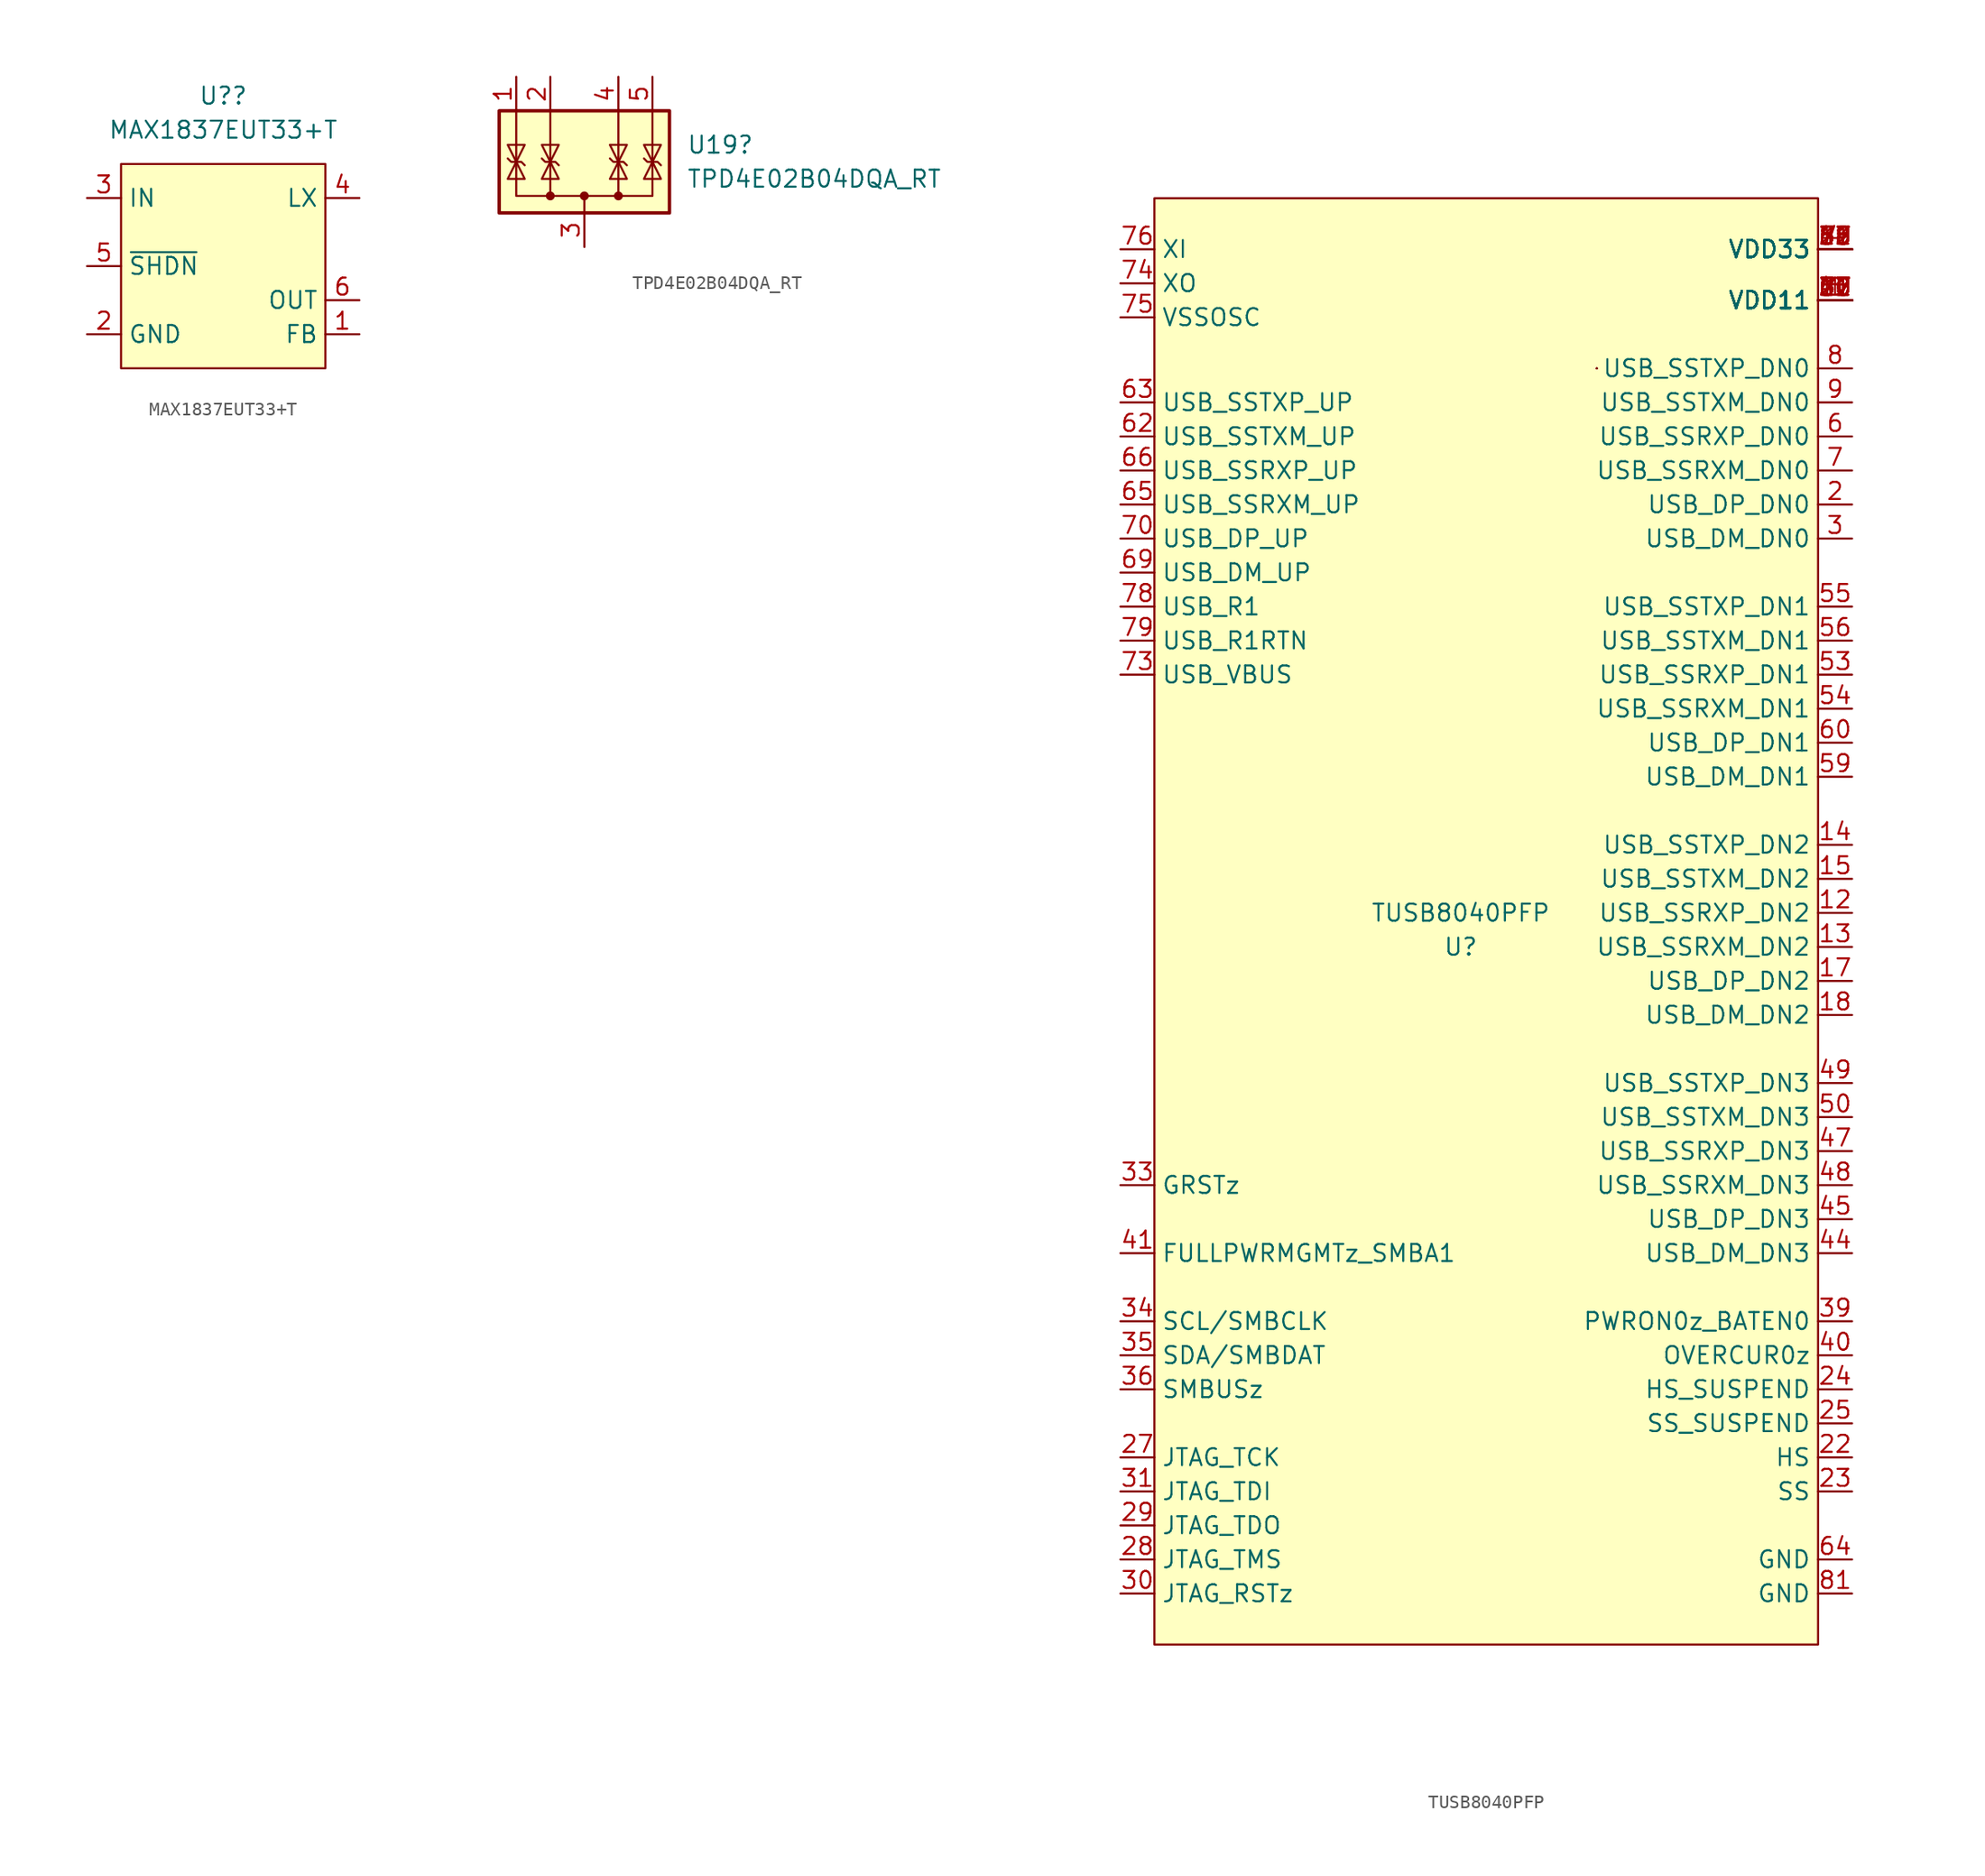
<source format=kicad_sym>
(kicad_symbol_lib
  (version 20211014)
  (generator kicad_symbol_editor)
  (symbol "MAX1837EUT33+T"
    (property "Reference" "U?"
      (at 0 12.7 0)
      (effects (font (size 1.27 1.27))))
    (property "Value" "MAX1837EUT33+T"
      (at 0 10.16 0)
      (effects (font (size 1.27 1.27))))
    (symbol "MAX1837EUT33+T_0_1"
      (rectangle (start -7.62 7.62) (end 7.62 -7.62) (stroke (width 0) (type default) (color 0 0 0 0)) (fill (type background))))
    (symbol "MAX1837EUT33+T_1_1"
      (pin input line (at 10.16 -5.08 180) (length 2.54) (name "FB" (effects (font (size 1.27 1.27)))) (number "1" (effects (font (size 1.27 1.27)))))
      (pin power_in line (at -10.16 -5.08 0) (length 2.54) (name "GND" (effects (font (size 1.27 1.27)))) (number "2" (effects (font (size 1.27 1.27)))))
      (pin power_in line (at -10.16 5.08 0) (length 2.54) (name "IN" (effects (font (size 1.27 1.27)))) (number "3" (effects (font (size 1.27 1.27)))))
      (pin output line (at 10.16 5.08 180) (length 2.54) (name "LX" (effects (font (size 1.27 1.27)))) (number "4" (effects (font (size 1.27 1.27)))))
      (pin input line (at -10.16 0 0) (length 2.54) (name "~{SHDN}" (effects (font (size 1.27 1.27)))) (number "5" (effects (font (size 1.27 1.27)))))
      (pin power_out line (at 10.16 -2.54 180) (length 2.54) (name "OUT" (effects (font (size 1.27 1.27)))) (number "6" (effects (font (size 1.27 1.27)))))))
  (symbol "TPD4E02B04DQA_RT"
    (pin_names hide)
    (property "Reference" "U19"
      (at 7.62 2.54 0)
      (effects (font (size 1.27 1.27)) (justify left)))
    (property "Value" "TPD4E02B04DQA_RT"
      (at 7.62 0.0001 0)
      (effects (font (size 1.27 1.27)) (justify left)))
    (symbol "TPD4E02B04DQA_RT_0_0"
      (pin passive line (at 0 -5.08 90) (length 2.54) (name "G" (effects (font (size 1.27 1.27)))) (number "3" (effects (font (size 1.27 1.27))))))
    (symbol "TPD4E02B04DQA_RT_0_1"
      (rectangle (start -6.35 5.08) (end 6.35 -2.54) (stroke (width 0.254) (type default) (color 0 0 0 0)) (fill (type background)))
      (circle (center 0 -1.27) (radius 0.254) (stroke (width 0) (type default) (color 0 0 0 0)) (fill (type outline)))
      (polyline (pts (xy -2.54 5.08) (xy -2.54 -1.27)) (stroke (width 0) (type default) (color 0 0 0 0)) (fill (type none)))
      (polyline (pts (xy 0 -1.27) (xy 0 -2.54)) (stroke (width 0) (type default) (color 0 0 0 0)) (fill (type none)))
      (polyline (pts (xy 2.54 5.08) (xy 2.54 -1.27)) (stroke (width 0) (type default) (color 0 0 0 0)) (fill (type none)))
      (polyline (pts (xy -5.08 5.08) (xy -5.08 -1.27) (xy 5.08 -1.27) (xy 5.08 5.08)) (stroke (width 0) (type default) (color 0 0 0 0)) (fill (type none)))
      (polyline (pts (xy -4.445 0) (xy -5.715 0) (xy -5.08 1.27) (xy -4.445 0)) (stroke (width 0) (type default) (color 0 0 0 0)) (fill (type none)))
      (polyline (pts (xy -3.175 1.524) (xy -2.921 1.27) (xy -2.159 1.27) (xy -1.905 1.016)) (stroke (width 0) (type default) (color 0 0 0 0)) (fill (type none)))
      (polyline (pts (xy -2.54 1.27) (xy -1.905 0) (xy -3.175 0) (xy -2.54 1.27)) (stroke (width 0) (type default) (color 0 0 0 0)) (fill (type none)))
      (polyline (pts (xy 2.54 1.27) (xy 1.905 0) (xy 3.175 0) (xy 2.54 1.27)) (stroke (width 0) (type default) (color 0 0 0 0)) (fill (type none)))
      (polyline (pts (xy 5.08 1.27) (xy 4.445 0) (xy 5.715 0) (xy 5.08 1.27)) (stroke (width 0) (type default) (color 0 0 0 0)) (fill (type none)))
      (circle (center 2.54 -1.27) (radius 0.254) (stroke (width 0) (type default) (color 0 0 0 0)) (fill (type outline))))
    (symbol "TPD4E02B04DQA_RT_1_1"
      (circle (center -2.54 -1.27) (radius 0.254) (stroke (width 0) (type default) (color 0 0 0 0)) (fill (type outline)))
      (polyline (pts (xy -5.715 1.524) (xy -5.461 1.27) (xy -4.699 1.27) (xy -4.445 1.016)) (stroke (width 0) (type default) (color 0 0 0 0)) (fill (type none)))
      (polyline (pts (xy -5.08 1.27) (xy -5.715 2.54) (xy -4.445 2.54) (xy -5.08 1.27)) (stroke (width 0) (type default) (color 0 0 0 0)) (fill (type none)))
      (polyline (pts (xy -2.54 1.27) (xy -3.175 2.54) (xy -1.905 2.54) (xy -2.54 1.27)) (stroke (width 0) (type default) (color 0 0 0 0)) (fill (type none)))
      (polyline (pts (xy 1.905 1.524) (xy 2.159 1.27) (xy 2.921 1.27) (xy 3.175 1.016)) (stroke (width 0) (type default) (color 0 0 0 0)) (fill (type none)))
      (polyline (pts (xy 2.54 1.27) (xy 1.905 2.54) (xy 3.175 2.54) (xy 2.54 1.27)) (stroke (width 0) (type default) (color 0 0 0 0)) (fill (type none)))
      (polyline (pts (xy 4.445 1.524) (xy 4.699 1.27) (xy 5.461 1.27) (xy 5.715 1.016)) (stroke (width 0) (type default) (color 0 0 0 0)) (fill (type none)))
      (polyline (pts (xy 5.08 1.27) (xy 4.445 2.54) (xy 5.715 2.54) (xy 5.08 1.27)) (stroke (width 0) (type default) (color 0 0 0 0)) (fill (type none)))
      (pin passive line (at -5.08 7.62 270) (length 2.54) (name "IO1" (effects (font (size 1.27 1.27)))) (number "1" (effects (font (size 1.27 1.27)))))
      (pin passive line (at -5.08 7.62 270) (length 2.54) hide (name "IO1" (effects (font (size 1.27 1.27)))) (number "10" (effects (font (size 1.27 1.27)))))
      (pin passive line (at -2.54 7.62 270) (length 2.54) (name "IO2" (effects (font (size 1.27 1.27)))) (number "2" (effects (font (size 1.27 1.27)))))
      (pin passive line (at 2.54 7.62 270) (length 2.54) (name "IO3" (effects (font (size 1.27 1.27)))) (number "4" (effects (font (size 1.27 1.27)))))
      (pin passive line (at 5.08 7.62 270) (length 2.54) (name "IO4" (effects (font (size 1.27 1.27)))) (number "5" (effects (font (size 1.27 1.27)))))
      (pin passive line (at 5.08 7.62 270) (length 2.54) hide (name "IO4" (effects (font (size 1.27 1.27)))) (number "6" (effects (font (size 1.27 1.27)))) (alternate "" input line))
      (pin passive line (at 2.54 7.62 270) (length 2.54) hide (name "IO3" (effects (font (size 1.27 1.27)))) (number "7" (effects (font (size 1.27 1.27)))) (alternate "" input line))
      (pin passive line (at 0 -5.08 90) (length 2.54) hide (name "G" (effects (font (size 1.27 1.27)))) (number "8" (effects (font (size 1.27 1.27)))))
      (pin passive line (at -2.54 7.62 270) (length 2.54) hide (name "IO2" (effects (font (size 1.27 1.27)))) (number "9" (effects (font (size 1.27 1.27)))))))
  (symbol "TUSB8040PFP"
    (property "Reference" "U"
      (at -1.27 -2.54 0)
      (effects (font (size 1.27 1.27))))
    (property "Value" "TUSB8040PFP"
      (at -1.27 0 0)
      (effects (font (size 1.27 1.27))))
    (symbol "TUSB8040PFP_0_1"
      (rectangle (start -24.13 53.34) (end 25.4 -54.61) (stroke (width 0) (type default) (color 0 0 0 0)) (fill (type background)))
      (rectangle (start 8.89 40.64) (end 8.89 40.64) (stroke (width 0) (type default) (color 0 0 0 0)) (fill (type none)))
      (rectangle (start 8.89 40.64) (end 8.89 40.64) (stroke (width 0) (type default) (color 0 0 0 0)) (fill (type none)))
      (rectangle (start 8.89 40.64) (end 8.89 40.64) (stroke (width 0) (type default) (color 0 0 0 0)) (fill (type none)))
      (rectangle (start 8.89 40.64) (end 8.89 40.64) (stroke (width 0) (type default) (color 0 0 0 0)) (fill (type none))))
    (symbol "TUSB8040PFP_1_1"
      (pin power_in line (at 27.94 45.72 180) (length 2.54) (name "VDD11" (effects (font (size 1.27 1.27)))) (number "1" (effects (font (size 1.27 1.27)))))
      (pin power_in line (at 27.94 45.72 180) (length 2.54) (name "VDD11" (effects (font (size 1.27 1.27)))) (number "10" (effects (font (size 1.27 1.27)))))
      (pin power_in line (at 27.94 45.72 180) (length 2.54) (name "VDD11" (effects (font (size 1.27 1.27)))) (number "11" (effects (font (size 1.27 1.27)))))
      (pin input line (at 27.94 0 180) (length 2.54) (name "USB_SSRXP_DN2" (effects (font (size 1.27 1.27)))) (number "12" (effects (font (size 1.27 1.27)))))
      (pin input line (at 27.94 -2.54 180) (length 2.54) (name "USB_SSRXM_DN2" (effects (font (size 1.27 1.27)))) (number "13" (effects (font (size 1.27 1.27)))))
      (pin output line (at 27.94 5.08 180) (length 2.54) (name "USB_SSTXP_DN2" (effects (font (size 1.27 1.27)))) (number "14" (effects (font (size 1.27 1.27)))))
      (pin output line (at 27.94 2.54 180) (length 2.54) (name "USB_SSTXM_DN2" (effects (font (size 1.27 1.27)))) (number "15" (effects (font (size 1.27 1.27)))))
      (pin power_in line (at 27.94 45.72 180) (length 2.54) (name "VDD11" (effects (font (size 1.27 1.27)))) (number "16" (effects (font (size 1.27 1.27)))))
      (pin bidirectional line (at 27.94 -5.08 180) (length 2.54) (name "USB_DP_DN2" (effects (font (size 1.27 1.27)))) (number "17" (effects (font (size 1.27 1.27)))))
      (pin bidirectional line (at 27.94 -7.62 180) (length 2.54) (name "USB_DM_DN2" (effects (font (size 1.27 1.27)))) (number "18" (effects (font (size 1.27 1.27)))))
      (pin power_in line (at 27.94 49.53 180) (length 2.54) (name "VDD33" (effects (font (size 1.27 1.27)))) (number "19" (effects (font (size 1.27 1.27)))))
      (pin bidirectional line (at 27.94 30.48 180) (length 2.54) (name "USB_DP_DN0" (effects (font (size 1.27 1.27)))) (number "2" (effects (font (size 1.27 1.27)))))
      (pin power_in line (at 27.94 45.72 180) (length 2.54) (name "VDD11" (effects (font (size 1.27 1.27)))) (number "20" (effects (font (size 1.27 1.27)))))
      (pin power_in line (at 27.94 49.53 180) (length 2.54) (name "VDD33" (effects (font (size 1.27 1.27)))) (number "21" (effects (font (size 1.27 1.27)))))
      (pin output line (at 27.94 -40.64 180) (length 2.54) (name "HS" (effects (font (size 1.27 1.27)))) (number "22" (effects (font (size 1.27 1.27)))))
      (pin output line (at 27.94 -43.18 180) (length 2.54) (name "SS" (effects (font (size 1.27 1.27)))) (number "23" (effects (font (size 1.27 1.27)))))
      (pin output line (at 27.94 -35.56 180) (length 2.54) (name "HS_SUSPEND" (effects (font (size 1.27 1.27)))) (number "24" (effects (font (size 1.27 1.27)))))
      (pin output line (at 27.94 -38.1 180) (length 2.54) (name "SS_SUSPEND" (effects (font (size 1.27 1.27)))) (number "25" (effects (font (size 1.27 1.27)))))
      (pin power_in line (at 27.94 45.72 180) (length 2.54) (name "VDD11" (effects (font (size 1.27 1.27)))) (number "26" (effects (font (size 1.27 1.27)))))
      (pin bidirectional line (at -26.67 -40.64 0) (length 2.54) (name "JTAG_TCK" (effects (font (size 1.27 1.27)))) (number "27" (effects (font (size 1.27 1.27)))))
      (pin bidirectional line (at -26.67 -48.26 0) (length 2.54) (name "JTAG_TMS" (effects (font (size 1.27 1.27)))) (number "28" (effects (font (size 1.27 1.27)))))
      (pin bidirectional line (at -26.67 -45.72 0) (length 2.54) (name "JTAG_TDO" (effects (font (size 1.27 1.27)))) (number "29" (effects (font (size 1.27 1.27)))))
      (pin bidirectional line (at 27.94 27.94 180) (length 2.54) (name "USB_DM_DN0" (effects (font (size 1.27 1.27)))) (number "3" (effects (font (size 1.27 1.27)))))
      (pin bidirectional line (at -26.67 -50.8 0) (length 2.54) (name "JTAG_RSTz" (effects (font (size 1.27 1.27)))) (number "30" (effects (font (size 1.27 1.27)))))
      (pin bidirectional line (at -26.67 -43.18 0) (length 2.54) (name "JTAG_TDI" (effects (font (size 1.27 1.27)))) (number "31" (effects (font (size 1.27 1.27)))))
      (pin power_in line (at 27.94 45.72 180) (length 2.54) (name "VDD11" (effects (font (size 1.27 1.27)))) (number "32" (effects (font (size 1.27 1.27)))))
      (pin input line (at -26.67 -20.32 0) (length 2.54) (name "GRSTz" (effects (font (size 1.27 1.27)))) (number "33" (effects (font (size 1.27 1.27)))))
      (pin bidirectional line (at -26.67 -30.48 0) (length 2.54) (name "SCL/SMBCLK" (effects (font (size 1.27 1.27)))) (number "34" (effects (font (size 1.27 1.27)))))
      (pin bidirectional line (at -26.67 -33.02 0) (length 2.54) (name "SDA/SMBDAT" (effects (font (size 1.27 1.27)))) (number "35" (effects (font (size 1.27 1.27)))))
      (pin input line (at -26.67 -35.56 0) (length 2.54) (name "SMBUSz" (effects (font (size 1.27 1.27)))) (number "36" (effects (font (size 1.27 1.27)))))
      (pin power_in line (at 27.94 45.72 180) (length 2.54) (name "VDD11" (effects (font (size 1.27 1.27)))) (number "37" (effects (font (size 1.27 1.27)))))
      (pin power_in line (at 27.94 49.53 180) (length 2.54) (name "VDD33" (effects (font (size 1.27 1.27)))) (number "38" (effects (font (size 1.27 1.27)))))
      (pin bidirectional line (at 27.94 -30.48 180) (length 2.54) (name "PWRON0z_BATEN0" (effects (font (size 1.27 1.27)))) (number "39" (effects (font (size 1.27 1.27)))))
      (pin power_in line (at 27.94 49.53 180) (length 2.54) (name "VDD33" (effects (font (size 1.27 1.27)))) (number "4" (effects (font (size 1.27 1.27)))))
      (pin input line (at 27.94 -33.02 180) (length 2.54) (name "OVERCUR0z" (effects (font (size 1.27 1.27)))) (number "40" (effects (font (size 1.27 1.27)))))
      (pin input line (at -26.67 -25.4 0) (length 2.54) (name "FULLPWRMGMTz_SMBA1" (effects (font (size 1.27 1.27)))) (number "41" (effects (font (size 1.27 1.27)))))
      (pin power_in line (at 27.94 45.72 180) (length 2.54) (name "VDD11" (effects (font (size 1.27 1.27)))) (number "42" (effects (font (size 1.27 1.27)))))
      (pin power_in line (at 27.94 49.53 180) (length 2.54) (name "VDD33" (effects (font (size 1.27 1.27)))) (number "43" (effects (font (size 1.27 1.27)))))
      (pin bidirectional line (at 27.94 -25.4 180) (length 2.54) (name "USB_DM_DN3" (effects (font (size 1.27 1.27)))) (number "44" (effects (font (size 1.27 1.27)))))
      (pin bidirectional line (at 27.94 -22.86 180) (length 2.54) (name "USB_DP_DN3" (effects (font (size 1.27 1.27)))) (number "45" (effects (font (size 1.27 1.27)))))
      (pin power_in line (at 27.94 45.72 180) (length 2.54) (name "VDD11" (effects (font (size 1.27 1.27)))) (number "46" (effects (font (size 1.27 1.27)))))
      (pin input line (at 27.94 -17.78 180) (length 2.54) (name "USB_SSRXP_DN3" (effects (font (size 1.27 1.27)))) (number "47" (effects (font (size 1.27 1.27)))))
      (pin input line (at 27.94 -20.32 180) (length 2.54) (name "USB_SSRXM_DN3" (effects (font (size 1.27 1.27)))) (number "48" (effects (font (size 1.27 1.27)))))
      (pin output line (at 27.94 -12.7 180) (length 2.54) (name "USB_SSTXP_DN3" (effects (font (size 1.27 1.27)))) (number "49" (effects (font (size 1.27 1.27)))))
      (pin power_in line (at 27.94 45.72 180) (length 2.54) (name "VDD11" (effects (font (size 1.27 1.27)))) (number "5" (effects (font (size 1.27 1.27)))))
      (pin output line (at 27.94 -15.24 180) (length 2.54) (name "USB_SSTXM_DN3" (effects (font (size 1.27 1.27)))) (number "50" (effects (font (size 1.27 1.27)))))
      (pin power_in line (at 27.94 45.72 180) (length 2.54) (name "VDD11" (effects (font (size 1.27 1.27)))) (number "51" (effects (font (size 1.27 1.27)))))
      (pin power_in line (at 27.94 45.72 180) (length 2.54) (name "VDD11" (effects (font (size 1.27 1.27)))) (number "52" (effects (font (size 1.27 1.27)))))
      (pin input line (at 27.94 17.78 180) (length 2.54) (name "USB_SSRXP_DN1" (effects (font (size 1.27 1.27)))) (number "53" (effects (font (size 1.27 1.27)))))
      (pin input line (at 27.94 15.24 180) (length 2.54) (name "USB_SSRXM_DN1" (effects (font (size 1.27 1.27)))) (number "54" (effects (font (size 1.27 1.27)))))
      (pin output line (at 27.94 22.86 180) (length 2.54) (name "USB_SSTXP_DN1" (effects (font (size 1.27 1.27)))) (number "55" (effects (font (size 1.27 1.27)))))
      (pin output line (at 27.94 20.32 180) (length 2.54) (name "USB_SSTXM_DN1" (effects (font (size 1.27 1.27)))) (number "56" (effects (font (size 1.27 1.27)))))
      (pin power_in line (at 27.94 45.72 180) (length 2.54) (name "VDD11" (effects (font (size 1.27 1.27)))) (number "57" (effects (font (size 1.27 1.27)))))
      (pin power_in line (at 27.94 49.53 180) (length 2.54) (name "VDD33" (effects (font (size 1.27 1.27)))) (number "58" (effects (font (size 1.27 1.27)))))
      (pin bidirectional line (at 27.94 10.16 180) (length 2.54) (name "USB_DM_DN1" (effects (font (size 1.27 1.27)))) (number "59" (effects (font (size 1.27 1.27)))))
      (pin input line (at 27.94 35.56 180) (length 2.54) (name "USB_SSRXP_DN0" (effects (font (size 1.27 1.27)))) (number "6" (effects (font (size 1.27 1.27)))))
      (pin bidirectional line (at 27.94 12.7 180) (length 2.54) (name "USB_DP_DN1" (effects (font (size 1.27 1.27)))) (number "60" (effects (font (size 1.27 1.27)))))
      (pin power_in line (at 27.94 45.72 180) (length 2.54) (name "VDD11" (effects (font (size 1.27 1.27)))) (number "61" (effects (font (size 1.27 1.27)))))
      (pin output line (at -26.67 35.56 0) (length 2.54) (name "USB_SSTXM_UP" (effects (font (size 1.27 1.27)))) (number "62" (effects (font (size 1.27 1.27)))))
      (pin output line (at -26.67 38.1 0) (length 2.54) (name "USB_SSTXP_UP" (effects (font (size 1.27 1.27)))) (number "63" (effects (font (size 1.27 1.27)))))
      (pin power_in line (at 27.94 -48.26 180) (length 2.54) (name "GND" (effects (font (size 1.27 1.27)))) (number "64" (effects (font (size 1.27 1.27)))))
      (pin input line (at -26.67 30.48 0) (length 2.54) (name "USB_SSRXM_UP" (effects (font (size 1.27 1.27)))) (number "65" (effects (font (size 1.27 1.27)))))
      (pin input line (at -26.67 33.02 0) (length 2.54) (name "USB_SSRXP_UP" (effects (font (size 1.27 1.27)))) (number "66" (effects (font (size 1.27 1.27)))))
      (pin power_in line (at 27.94 45.72 180) (length 2.54) (name "VDD11" (effects (font (size 1.27 1.27)))) (number "67" (effects (font (size 1.27 1.27)))))
      (pin power_in line (at 27.94 49.53 180) (length 2.54) (name "VDD33" (effects (font (size 1.27 1.27)))) (number "68" (effects (font (size 1.27 1.27)))))
      (pin bidirectional line (at -26.67 25.4 0) (length 2.54) (name "USB_DM_UP" (effects (font (size 1.27 1.27)))) (number "69" (effects (font (size 1.27 1.27)))))
      (pin input line (at 27.94 33.02 180) (length 2.54) (name "USB_SSRXM_DN0" (effects (font (size 1.27 1.27)))) (number "7" (effects (font (size 1.27 1.27)))))
      (pin bidirectional line (at -26.67 27.94 0) (length 2.54) (name "USB_DP_UP" (effects (font (size 1.27 1.27)))) (number "70" (effects (font (size 1.27 1.27)))))
      (pin power_in line (at 27.94 45.72 180) (length 2.54) (name "VDD11" (effects (font (size 1.27 1.27)))) (number "71" (effects (font (size 1.27 1.27)))))
      (pin power_in line (at 27.94 49.53 180) (length 2.54) (name "VDD33" (effects (font (size 1.27 1.27)))) (number "72" (effects (font (size 1.27 1.27)))))
      (pin input line (at -26.67 17.78 0) (length 2.54) (name "USB_VBUS" (effects (font (size 1.27 1.27)))) (number "73" (effects (font (size 1.27 1.27)))))
      (pin output line (at -26.67 46.99 0) (length 2.54) (name "XO" (effects (font (size 1.27 1.27)))) (number "74" (effects (font (size 1.27 1.27)))))
      (pin passive line (at -26.67 44.45 0) (length 2.54) (name "VSSOSC" (effects (font (size 1.27 1.27)))) (number "75" (effects (font (size 1.27 1.27)))))
      (pin input line (at -26.67 49.53 0) (length 2.54) (name "XI" (effects (font (size 1.27 1.27)))) (number "76" (effects (font (size 1.27 1.27)))))
      (pin power_in line (at 27.94 49.53 180) (length 2.54) (name "VDD33" (effects (font (size 1.27 1.27)))) (number "77" (effects (font (size 1.27 1.27)))))
      (pin passive line (at -26.67 22.86 0) (length 2.54) (name "USB_R1" (effects (font (size 1.27 1.27)))) (number "78" (effects (font (size 1.27 1.27)))))
      (pin passive line (at -26.67 20.32 0) (length 2.54) (name "USB_R1RTN" (effects (font (size 1.27 1.27)))) (number "79" (effects (font (size 1.27 1.27)))))
      (pin output line (at 27.94 40.64 180) (length 2.54) (name "USB_SSTXP_DN0" (effects (font (size 1.27 1.27)))) (number "8" (effects (font (size 1.27 1.27)))))
      (pin power_in line (at 27.94 49.53 180) (length 2.54) (name "VDD33" (effects (font (size 1.27 1.27)))) (number "80" (effects (font (size 1.27 1.27)))))
      (pin power_in line (at 27.94 -50.8 180) (length 2.54) (name "GND" (effects (font (size 1.27 1.27)))) (number "81" (effects (font (size 1.27 1.27)))))
      (pin output line (at 27.94 38.1 180) (length 2.54) (name "USB_SSTXM_DN0" (effects (font (size 1.27 1.27)))) (number "9" (effects (font (size 1.27 1.27))))))))
</source>
